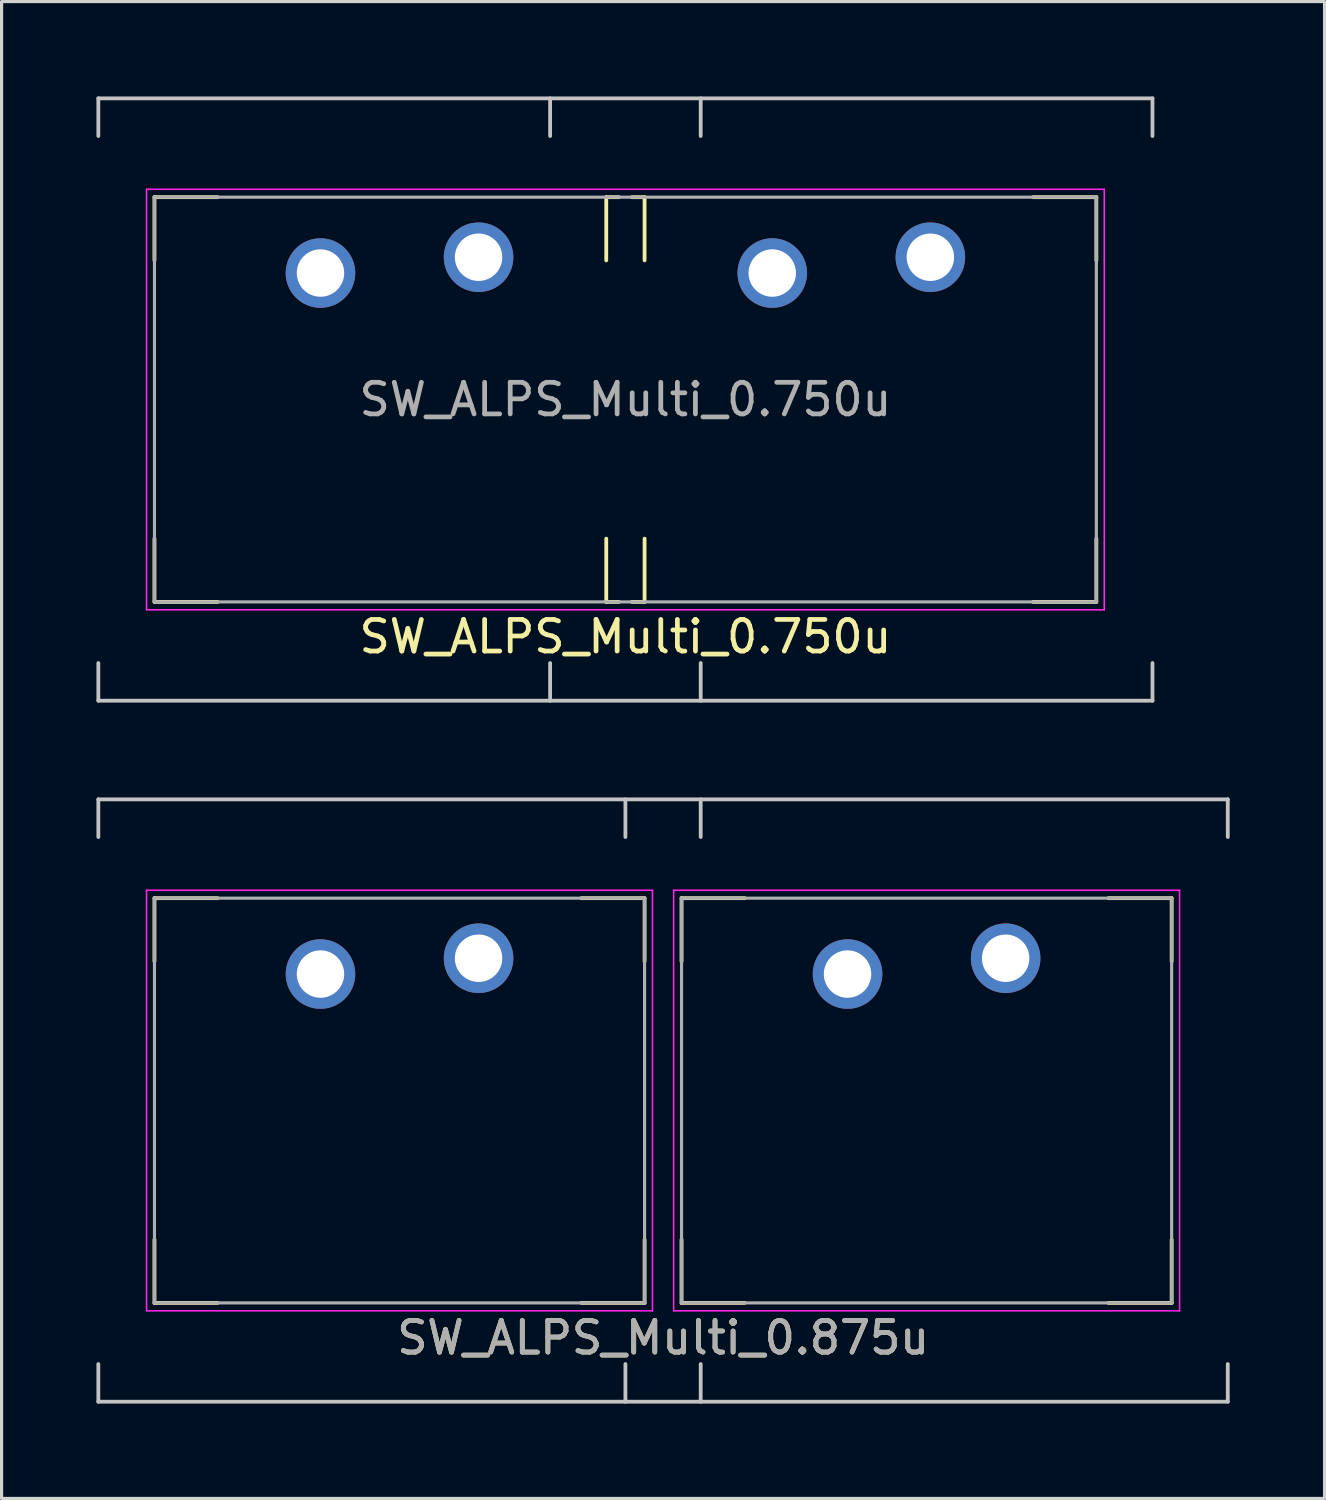
<source format=kicad_pcb>
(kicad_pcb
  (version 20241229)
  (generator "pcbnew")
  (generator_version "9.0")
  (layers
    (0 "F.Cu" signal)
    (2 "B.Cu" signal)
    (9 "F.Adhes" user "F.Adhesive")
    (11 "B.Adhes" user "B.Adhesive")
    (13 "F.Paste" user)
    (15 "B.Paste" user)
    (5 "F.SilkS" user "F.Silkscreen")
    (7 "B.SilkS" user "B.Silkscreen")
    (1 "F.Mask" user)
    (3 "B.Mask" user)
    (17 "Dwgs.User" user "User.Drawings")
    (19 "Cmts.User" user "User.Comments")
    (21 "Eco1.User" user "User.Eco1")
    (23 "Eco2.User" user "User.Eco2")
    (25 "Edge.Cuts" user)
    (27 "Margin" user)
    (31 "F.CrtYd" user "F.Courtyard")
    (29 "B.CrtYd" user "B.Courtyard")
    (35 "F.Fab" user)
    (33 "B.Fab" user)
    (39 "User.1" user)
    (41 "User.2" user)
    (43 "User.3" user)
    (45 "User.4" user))
  (footprint "SW_ALPS_Multi_0.875u"
    (layer "F.Cu")
    (at 16.729 31.755)
    (property "Reference" "SW_ALPS_Multi_0.875u" (at 1.191 7.5 0) (layer "F.SilkS") (effects (font (size 1 1) (thickness 0.15))))
    (attr through_hole)
    (fp_line (start -14.894 -6.4) (end -12.894 -6.4) (stroke (width 0.12) (type solid)) (layer "F.SilkS"))
    (fp_line (start -14.894 -4.4) (end -14.894 -6.4) (stroke (width 0.12) (type solid)) (layer "F.SilkS"))
    (fp_line (start -14.894 6.4) (end -14.894 4.4) (stroke (width 0.12) (type solid)) (layer "F.SilkS"))
    (fp_line (start -14.894 6.4) (end -12.894 6.4) (stroke (width 0.12) (type solid)) (layer "F.SilkS"))
    (fp_line (start -1.394 -6.4) (end 0.606 -6.4) (stroke (width 0.12) (type solid)) (layer "F.SilkS"))
    (fp_line (start -1.394 6.4) (end 0.606 6.4) (stroke (width 0.12) (type solid)) (layer "F.SilkS"))
    (fp_line (start 0.606 -4.4) (end 0.606 -6.4) (stroke (width 0.12) (type solid)) (layer "F.SilkS"))
    (fp_line (start 0.606 6.4) (end 0.606 4.4) (stroke (width 0.12) (type solid)) (layer "F.SilkS"))
    (fp_line (start 1.775 -6.4) (end 3.775 -6.4) (stroke (width 0.12) (type solid)) (layer "F.SilkS"))
    (fp_line (start 1.775 -4.4) (end 1.775 -6.4) (stroke (width 0.12) (type solid)) (layer "F.SilkS"))
    (fp_line (start 1.775 6.4) (end 1.775 4.4) (stroke (width 0.12) (type solid)) (layer "F.SilkS"))
    (fp_line (start 1.775 6.4) (end 3.775 6.4) (stroke (width 0.12) (type solid)) (layer "F.SilkS"))
    (fp_line (start 15.275 -6.4) (end 17.275 -6.4) (stroke (width 0.12) (type solid)) (layer "F.SilkS"))
    (fp_line (start 15.275 6.4) (end 17.275 6.4) (stroke (width 0.12) (type solid)) (layer "F.SilkS"))
    (fp_line (start 17.275 -4.4) (end 17.275 -6.4) (stroke (width 0.12) (type solid)) (layer "F.SilkS"))
    (fp_line (start 17.275 6.4) (end 17.275 4.4) (stroke (width 0.12) (type solid)) (layer "F.SilkS"))
    (fp_line (start -16.669 -9.525) (end 19.05 -9.525) (stroke (width 0.12) (type solid)) (layer "Dwgs.User"))
    (fp_line (start -16.669 -8.334) (end -16.669 -9.525) (stroke (width 0.12) (type solid)) (layer "Dwgs.User"))
    (fp_line (start -16.669 9.525) (end -16.669 8.334) (stroke (width 0.12) (type solid)) (layer "Dwgs.User"))
    (fp_line (start 0 -8.334) (end 0 -9.525) (stroke (width 0.12) (type solid)) (layer "Dwgs.User"))
    (fp_line (start 0 9.525) (end 0 8.334) (stroke (width 0.12) (type solid)) (layer "Dwgs.User"))
    (fp_line (start 2.381 -8.334) (end 2.381 -9.525) (stroke (width 0.12) (type solid)) (layer "Dwgs.User"))
    (fp_line (start 2.381 9.525) (end 2.381 8.334) (stroke (width 0.12) (type solid)) (layer "Dwgs.User"))
    (fp_line (start 19.05 -9.525) (end 19.05 -8.334) (stroke (width 0.12) (type solid)) (layer "Dwgs.User"))
    (fp_line (start 19.05 8.334) (end 19.05 9.525) (stroke (width 0.12) (type solid)) (layer "Dwgs.User"))
    (fp_line (start 19.05 9.525) (end -16.669 9.525) (stroke (width 0.12) (type solid)) (layer "Dwgs.User"))
    (fp_line (start -15.144 -6.65) (end 0.856 -6.65) (stroke (width 0.05) (type solid)) (layer "F.CrtYd"))
    (fp_line (start -15.144 6.65) (end -15.144 -6.65) (stroke (width 0.05) (type solid)) (layer "F.CrtYd"))
    (fp_line (start 0.856 -6.65) (end 0.856 6.65) (stroke (width 0.05) (type solid)) (layer "F.CrtYd"))
    (fp_line (start 0.856 6.65) (end -15.144 6.65) (stroke (width 0.05) (type solid)) (layer "F.CrtYd"))
    (fp_line (start 1.525 -6.65) (end 17.525 -6.65) (stroke (width 0.05) (type solid)) (layer "F.CrtYd"))
    (fp_line (start 1.525 6.65) (end 1.525 -6.65) (stroke (width 0.05) (type solid)) (layer "F.CrtYd"))
    (fp_line (start 17.525 -6.65) (end 17.525 6.65) (stroke (width 0.05) (type solid)) (layer "F.CrtYd"))
    (fp_line (start 17.525 6.65) (end 1.525 6.65) (stroke (width 0.05) (type solid)) (layer "F.CrtYd"))
    (fp_line (start -14.894 -6.4) (end 0.606 -6.4) (stroke (width 0.1) (type solid)) (layer "F.Fab"))
    (fp_line (start -14.894 6.4) (end -14.894 -6.4) (stroke (width 0.1) (type solid)) (layer "F.Fab"))
    (fp_line (start 0.606 -6.4) (end 0.606 6.4) (stroke (width 0.1) (type solid)) (layer "F.Fab"))
    (fp_line (start 0.606 6.4) (end -14.894 6.4) (stroke (width 0.1) (type solid)) (layer "F.Fab"))
    (fp_line (start 1.775 -6.4) (end 17.275 -6.4) (stroke (width 0.1) (type solid)) (layer "F.Fab"))
    (fp_line (start 1.775 6.4) (end 1.775 -6.4) (stroke (width 0.1) (type solid)) (layer "F.Fab"))
    (fp_line (start 17.275 -6.4) (end 17.275 6.4) (stroke (width 0.1) (type solid)) (layer "F.Fab"))
    (fp_line (start 17.275 6.4) (end 1.775 6.4) (stroke (width 0.1) (type solid)) (layer "F.Fab"))
    (fp_text user "${REFERENCE}" (at 1.191 7.5 0) (layer "F.Fab") (effects (font (size 1 1) (thickness 0.15))))
    (pad "1" thru_hole circle (at -4.644 -4.5) (size 2.2 2.2) (drill 1.5) (layers "*.Cu" "*.Mask"))
    (pad "1" thru_hole circle (at 12.025 -4.5) (size 2.2 2.2) (drill 1.5) (layers "*.Cu" "*.Mask"))
    (pad "2" thru_hole circle (at -9.644 -4) (size 2.2 2.2) (drill 1.5) (layers "*.Cu" "*.Mask"))
    (pad "2" thru_hole circle (at 7.025 -4) (size 2.2 2.2) (drill 1.5) (layers "*.Cu" "*.Mask")))
  (footprint "SW_ALPS_Multi_0.750u"
    (layer "F.Cu")
    (at 16.729 9.585)
    (property "Reference" "SW_ALPS_Multi_0.750u" (at 0 7.5 0) (layer "F.SilkS") (effects (font (size 1 1) (thickness 0.15))))
    (attr through_hole)
    (fp_line (start -14.894 -6.4) (end -12.894 -6.4) (stroke (width 0.12) (type solid)) (layer "F.SilkS"))
    (fp_line (start -14.894 -4.4) (end -14.894 -6.4) (stroke (width 0.12) (type solid)) (layer "F.SilkS"))
    (fp_line (start -14.894 6.4) (end -14.894 4.4) (stroke (width 0.12) (type solid)) (layer "F.SilkS"))
    (fp_line (start -14.894 6.4) (end -12.894 6.4) (stroke (width 0.12) (type solid)) (layer "F.SilkS"))
    (fp_line (start -0.606 -6.4) (end -0.206 -6.4) (stroke (width 0.12) (type solid)) (layer "F.SilkS"))
    (fp_line (start -0.606 -4.4) (end -0.606 -6.4) (stroke (width 0.12) (type solid)) (layer "F.SilkS"))
    (fp_line (start -0.606 6.4) (end -0.606 4.4) (stroke (width 0.12) (type solid)) (layer "F.SilkS"))
    (fp_line (start -0.606 6.4) (end -0.206 6.4) (stroke (width 0.12) (type solid)) (layer "F.SilkS"))
    (fp_line (start 0.206 -6.4) (end 0.606 -6.4) (stroke (width 0.12) (type solid)) (layer "F.SilkS"))
    (fp_line (start 0.206 6.4) (end 0.606 6.4) (stroke (width 0.12) (type solid)) (layer "F.SilkS"))
    (fp_line (start 0.606 -4.4) (end 0.606 -6.4) (stroke (width 0.12) (type solid)) (layer "F.SilkS"))
    (fp_line (start 0.606 6.4) (end 0.606 4.4) (stroke (width 0.12) (type solid)) (layer "F.SilkS"))
    (fp_line (start 12.894 -6.4) (end 14.894 -6.4) (stroke (width 0.12) (type solid)) (layer "F.SilkS"))
    (fp_line (start 12.894 6.4) (end 14.894 6.4) (stroke (width 0.12) (type solid)) (layer "F.SilkS"))
    (fp_line (start 14.894 -4.4) (end 14.894 -6.4) (stroke (width 0.12) (type solid)) (layer "F.SilkS"))
    (fp_line (start 14.894 6.4) (end 14.894 4.4) (stroke (width 0.12) (type solid)) (layer "F.SilkS"))
    (fp_line (start -16.669 -9.525) (end 16.669 -9.525) (stroke (width 0.12) (type solid)) (layer "Dwgs.User"))
    (fp_line (start -16.669 -8.334) (end -16.669 -9.525) (stroke (width 0.12) (type solid)) (layer "Dwgs.User"))
    (fp_line (start -16.669 9.525) (end -16.669 8.334) (stroke (width 0.12) (type solid)) (layer "Dwgs.User"))
    (fp_line (start -2.381 -9.525) (end -2.381 -8.334) (stroke (width 0.12) (type solid)) (layer "Dwgs.User"))
    (fp_line (start -2.381 9.525) (end -2.381 8.334) (stroke (width 0.12) (type solid)) (layer "Dwgs.User"))
    (fp_line (start 2.381 -9.525) (end 2.381 -8.334) (stroke (width 0.12) (type solid)) (layer "Dwgs.User"))
    (fp_line (start 2.381 9.525) (end 2.381 8.334) (stroke (width 0.12) (type solid)) (layer "Dwgs.User"))
    (fp_line (start 16.669 -9.525) (end 16.669 -8.334) (stroke (width 0.12) (type solid)) (layer "Dwgs.User"))
    (fp_line (start 16.669 9.525) (end -16.669 9.525) (stroke (width 0.12) (type solid)) (layer "Dwgs.User"))
    (fp_line (start 16.669 9.525) (end 16.669 8.334) (stroke (width 0.12) (type solid)) (layer "Dwgs.User"))
    (fp_line (start -15.144 -6.65) (end 15.144 -6.65) (stroke (width 0.05) (type solid)) (layer "F.CrtYd"))
    (fp_line (start -15.144 6.65) (end -15.144 -6.65) (stroke (width 0.05) (type solid)) (layer "F.CrtYd"))
    (fp_line (start 15.144 -6.65) (end 15.144 6.65) (stroke (width 0.05) (type solid)) (layer "F.CrtYd"))
    (fp_line (start 15.144 6.65) (end -15.144 6.65) (stroke (width 0.05) (type solid)) (layer "F.CrtYd"))
    (fp_line (start -14.894 -6.4) (end 14.894 -6.4) (stroke (width 0.1) (type solid)) (layer "F.Fab"))
    (fp_line (start -14.894 6.4) (end -14.894 -6.4) (stroke (width 0.1) (type solid)) (layer "F.Fab"))
    (fp_line (start 14.894 -6.4) (end 14.894 6.4) (stroke (width 0.1) (type solid)) (layer "F.Fab"))
    (fp_line (start 14.894 6.4) (end -14.894 6.4) (stroke (width 0.1) (type solid)) (layer "F.Fab"))
    (fp_text user "${REFERENCE}" (at 0 0 0) (layer "F.Fab") (effects (font (size 1 1) (thickness 0.15))))
    (pad "1" thru_hole circle (at -4.644 -4.5) (size 2.2 2.2) (drill 1.5) (layers "*.Cu" "*.Mask"))
    (pad "1" thru_hole circle (at 9.644 -4.5) (size 2.2 2.2) (drill 1.5) (layers "*.Cu" "*.Mask"))
    (pad "2" thru_hole circle (at -9.644 -4) (size 2.2 2.2) (drill 1.5) (layers "*.Cu" "*.Mask"))
    (pad "2" thru_hole circle (at 4.644 -4) (size 2.2 2.2) (drill 1.5) (layers "*.Cu" "*.Mask")))
  (gr_rect
    (start -3 -3)
    (end 38.839 44.34)
    (stroke (width 0.1) (type default))
    (fill no)
    (layer "Edge.Cuts")))
</source>
